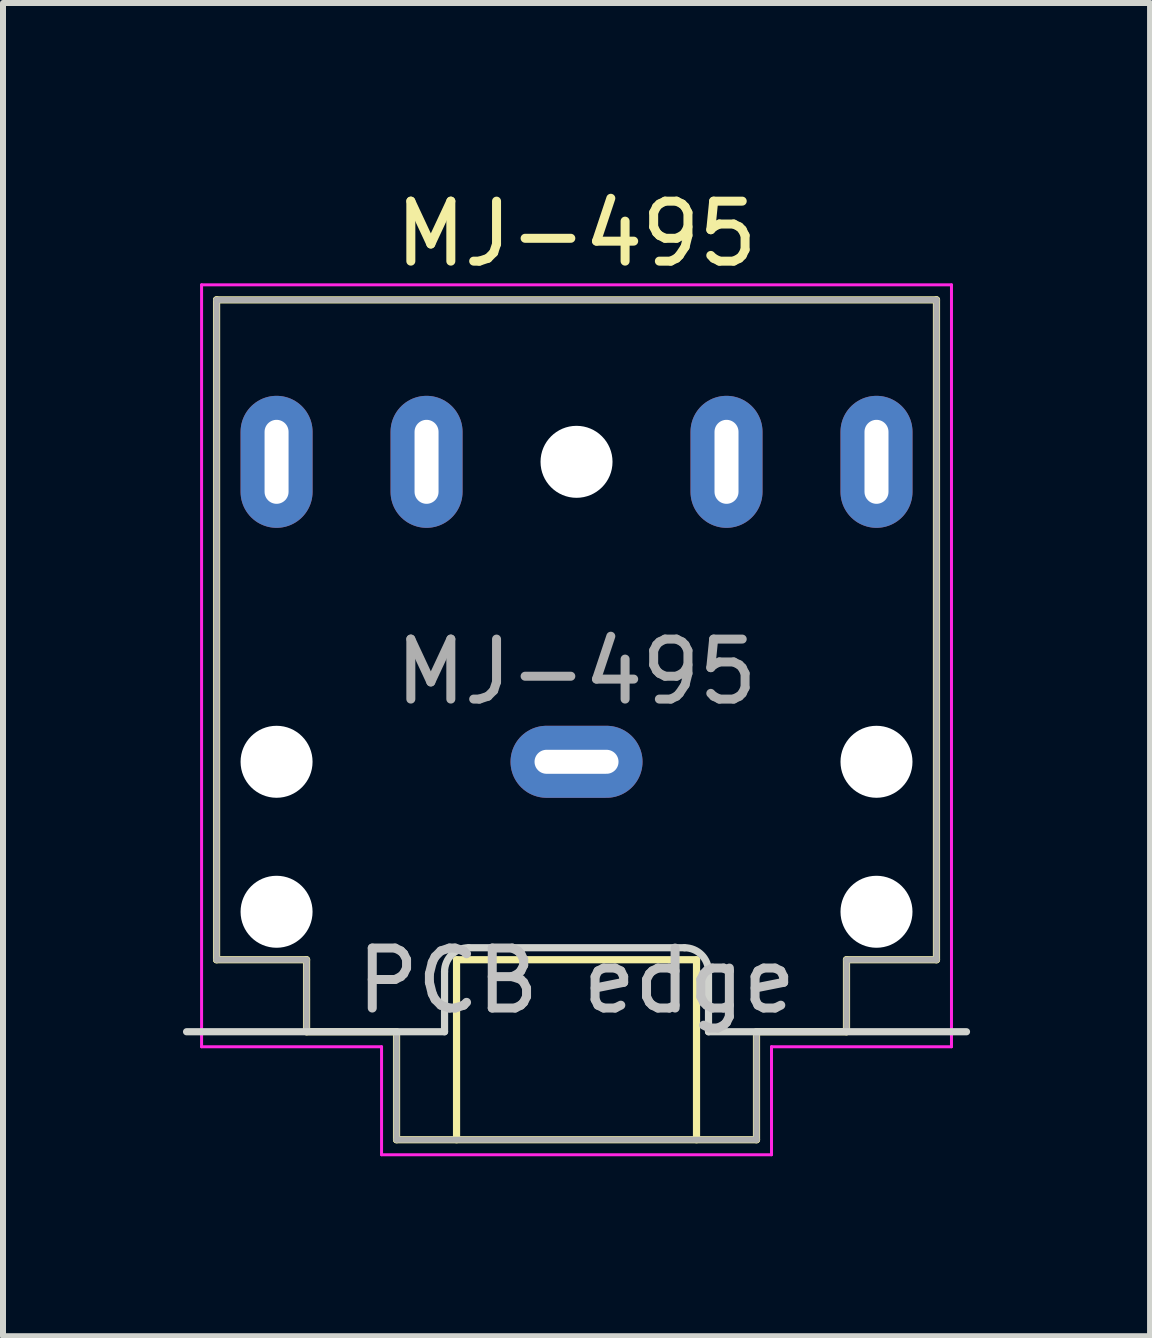
<source format=kicad_pcb>
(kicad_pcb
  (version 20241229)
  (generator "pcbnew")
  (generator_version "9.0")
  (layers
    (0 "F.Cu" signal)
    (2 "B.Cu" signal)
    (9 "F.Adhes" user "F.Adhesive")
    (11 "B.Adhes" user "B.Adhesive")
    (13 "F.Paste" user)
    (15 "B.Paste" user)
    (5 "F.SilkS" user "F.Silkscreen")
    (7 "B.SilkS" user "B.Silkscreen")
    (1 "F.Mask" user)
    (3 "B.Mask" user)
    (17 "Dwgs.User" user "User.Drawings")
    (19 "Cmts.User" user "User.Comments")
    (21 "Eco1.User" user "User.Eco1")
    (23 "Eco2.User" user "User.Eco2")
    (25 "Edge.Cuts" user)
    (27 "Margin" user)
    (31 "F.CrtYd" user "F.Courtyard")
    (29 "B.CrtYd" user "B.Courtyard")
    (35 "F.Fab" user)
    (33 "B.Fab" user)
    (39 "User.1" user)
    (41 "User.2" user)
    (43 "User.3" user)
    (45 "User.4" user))
  (footprint "MJ-495"
    (layer "F.Cu")
    (at 6.56 9.648)
    (property "Reference" "MJ-495" (at 0 -8.8 0) (layer "F.SilkS") (effects (font (size 1 1) (thickness 0.15))))
    (attr through_hole exclude_from_pos_files exclude_from_bom)
    (fp_line (start -6 -7.7) (end 6 -7.7) (stroke (width 0.12) (type solid)) (layer "F.SilkS"))
    (fp_line (start -6 3.3) (end -6 -7.7) (stroke (width 0.12) (type solid)) (layer "F.SilkS"))
    (fp_line (start -4.5 3.3) (end -6 3.3) (stroke (width 0.12) (type solid)) (layer "F.SilkS"))
    (fp_line (start -4.5 4.5) (end -4.5 3.3) (stroke (width 0.12) (type solid)) (layer "F.SilkS"))
    (fp_line (start -3 4.5) (end -4.5 4.5) (stroke (width 0.12) (type solid)) (layer "F.SilkS"))
    (fp_line (start -3 6.3) (end -3 4.5) (stroke (width 0.12) (type solid)) (layer "F.SilkS"))
    (fp_line (start -2 3.3) (end -2 6.3) (stroke (width 0.12) (type solid)) (layer "F.SilkS"))
    (fp_line (start 2 3.3) (end -2 3.3) (stroke (width 0.12) (type solid)) (layer "F.SilkS"))
    (fp_line (start 2 6.3) (end 2 3.3) (stroke (width 0.12) (type solid)) (layer "F.SilkS"))
    (fp_line (start 3 4.5) (end 3 6.3) (stroke (width 0.12) (type solid)) (layer "F.SilkS"))
    (fp_line (start 3 6.3) (end -3 6.3) (stroke (width 0.12) (type solid)) (layer "F.SilkS"))
    (fp_line (start 4.5 3.3) (end 4.5 4.5) (stroke (width 0.12) (type solid)) (layer "F.SilkS"))
    (fp_line (start 4.5 4.5) (end 3 4.5) (stroke (width 0.12) (type solid)) (layer "F.SilkS"))
    (fp_line (start 6 -7.7) (end 6 3.3) (stroke (width 0.12) (type solid)) (layer "F.SilkS"))
    (fp_line (start 6 3.3) (end 4.5 3.3) (stroke (width 0.12) (type solid)) (layer "F.SilkS"))
    (fp_line (start -2.2 3.5) (end -2.2 4.5) (stroke (width 0.12) (type solid)) (layer "Edge.Cuts"))
    (fp_line (start -2.2 4.5) (end -6.5 4.5) (stroke (width 0.12) (type solid)) (layer "Edge.Cuts"))
    (fp_line (start 1.8 3.1) (end -1.8 3.1) (stroke (width 0.12) (type solid)) (layer "Edge.Cuts"))
    (fp_line (start 2.2 3.5) (end 2.2 4.5) (stroke (width 0.12) (type solid)) (layer "Edge.Cuts"))
    (fp_line (start 2.2 4.5) (end 6.5 4.5) (stroke (width 0.12) (type solid)) (layer "Edge.Cuts"))
    (fp_arc (start -2.2 3.5) (mid -2.082842 3.217158) (end -1.8 3.1) (stroke (width 0.12) (type solid)) (layer "Edge.Cuts"))
    (fp_arc (start 1.8 3.1) (mid 2.082843 3.217157) (end 2.2 3.5) (stroke (width 0.12) (type solid)) (layer "Edge.Cuts"))
    (fp_line (start -6.25 -7.95) (end -6.25 4.75) (stroke (width 0.05) (type solid)) (layer "F.CrtYd"))
    (fp_line (start -6.25 4.75) (end -3.25 4.75) (stroke (width 0.05) (type solid)) (layer "F.CrtYd"))
    (fp_line (start -3.25 4.75) (end -3.25 6.55) (stroke (width 0.05) (type solid)) (layer "F.CrtYd"))
    (fp_line (start -3.25 6.55) (end 3.25 6.55) (stroke (width 0.05) (type solid)) (layer "F.CrtYd"))
    (fp_line (start 3.25 4.75) (end 6.25 4.75) (stroke (width 0.05) (type solid)) (layer "F.CrtYd"))
    (fp_line (start 3.25 6.55) (end 3.25 4.75) (stroke (width 0.05) (type solid)) (layer "F.CrtYd"))
    (fp_line (start 6.25 -7.95) (end -6.25 -7.95) (stroke (width 0.05) (type solid)) (layer "F.CrtYd"))
    (fp_line (start 6.25 4.5) (end 6.25 -7.95) (stroke (width 0.05) (type solid)) (layer "F.CrtYd"))
    (fp_line (start 6.25 4.75) (end 6.25 4.5) (stroke (width 0.05) (type solid)) (layer "F.CrtYd"))
    (fp_line (start -6 -7.7) (end 6 -7.7) (stroke (width 0.1) (type solid)) (layer "F.Fab"))
    (fp_line (start -6 3.3) (end -6 -7.7) (stroke (width 0.1) (type solid)) (layer "F.Fab"))
    (fp_line (start -4.5 3.3) (end -6 3.3) (stroke (width 0.1) (type solid)) (layer "F.Fab"))
    (fp_line (start -4.5 4.5) (end -4.5 3.3) (stroke (width 0.1) (type solid)) (layer "F.Fab"))
    (fp_line (start -4.5 4.5) (end -3 4.5) (stroke (width 0.1) (type solid)) (layer "F.Fab"))
    (fp_line (start -3 4.5) (end -3 6.3) (stroke (width 0.1) (type solid)) (layer "F.Fab"))
    (fp_line (start -3 6.3) (end 3 6.3) (stroke (width 0.1) (type solid)) (layer "F.Fab"))
    (fp_line (start 3 4.5) (end 3 6.3) (stroke (width 0.1) (type solid)) (layer "F.Fab"))
    (fp_line (start 4.5 3.3) (end 6 3.3) (stroke (width 0.1) (type solid)) (layer "F.Fab"))
    (fp_line (start 4.5 4.5) (end 3 4.5) (stroke (width 0.1) (type solid)) (layer "F.Fab"))
    (fp_line (start 4.5 4.5) (end 4.5 3.3) (stroke (width 0.1) (type solid)) (layer "F.Fab"))
    (fp_line (start 6 3.3) (end 6 -7.7) (stroke (width 0.1) (type solid)) (layer "F.Fab"))
    (fp_text user "PCB edge" (at 0 3.65 0) (unlocked yes) (layer "Dwgs.User") (effects (font (size 1 1) (thickness 0.15))))
    (fp_text user "${REFERENCE}" (at 0 -1.5 0) (layer "F.Fab") (effects (font (size 1 1) (thickness 0.15))))
    (pad "" np_thru_hole circle (at -5 0) (size 1.2 1.2) (drill 1.2) (layers "*.Cu"))
    (pad "" np_thru_hole circle (at -5 2.5) (size 1.2 1.2) (drill 1.2) (layers "*.Cu"))
    (pad "" np_thru_hole circle (at 0 -5) (size 1.2 1.2) (drill 1.2) (layers "*.Cu"))
    (pad "" np_thru_hole circle (at 5 0) (size 1.2 1.2) (drill 1.2) (layers "*.Cu"))
    (pad "" np_thru_hole circle (at 5 2.5) (size 1.2 1.2) (drill 1.2) (layers "*.Cu"))
    (pad "R" thru_hole oval (at -5 -5) (size 1.2 2.2) (drill oval 0.4 1.4) (layers "*.Cu" "*.Mask"))
    (pad "RN" thru_hole oval (at -2.5 -5) (size 1.2 2.2) (drill oval 0.4 1.4) (layers "*.Cu" "*.Mask"))
    (pad "S" thru_hole oval (at 0 0) (size 2.2 1.2) (drill oval 1.4 0.4) (layers "*.Cu" "*.Mask"))
    (pad "T" thru_hole oval (at 5 -5 180) (size 1.2 2.2) (drill oval 0.4 1.4) (layers "*.Cu" "*.Mask"))
    (pad "TN" thru_hole oval (at 2.5 -5 180) (size 1.2 2.2) (drill oval 0.4 1.4) (layers "*.Cu" "*.Mask")))
  (gr_rect
    (start -3 -3)
    (end 16.12 19.223)
    (stroke (width 0.1) (type default))
    (fill no)
    (layer "Edge.Cuts")))
</source>
